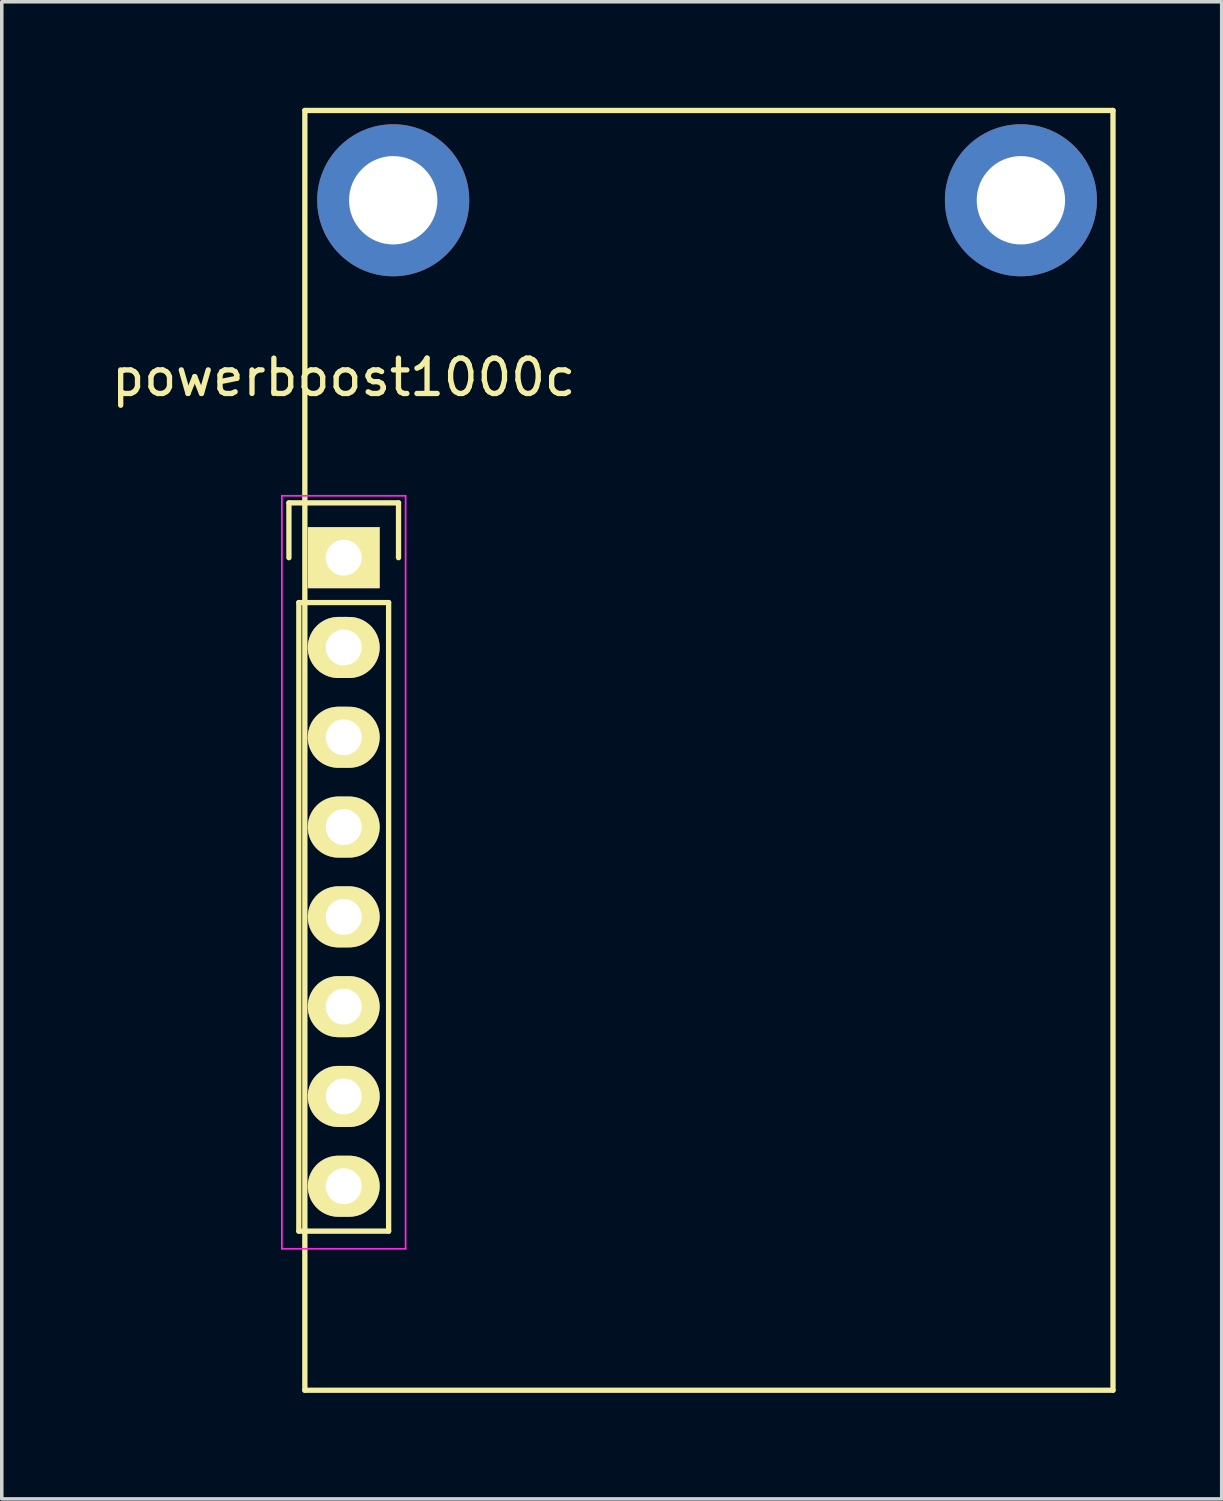
<source format=kicad_pcb>
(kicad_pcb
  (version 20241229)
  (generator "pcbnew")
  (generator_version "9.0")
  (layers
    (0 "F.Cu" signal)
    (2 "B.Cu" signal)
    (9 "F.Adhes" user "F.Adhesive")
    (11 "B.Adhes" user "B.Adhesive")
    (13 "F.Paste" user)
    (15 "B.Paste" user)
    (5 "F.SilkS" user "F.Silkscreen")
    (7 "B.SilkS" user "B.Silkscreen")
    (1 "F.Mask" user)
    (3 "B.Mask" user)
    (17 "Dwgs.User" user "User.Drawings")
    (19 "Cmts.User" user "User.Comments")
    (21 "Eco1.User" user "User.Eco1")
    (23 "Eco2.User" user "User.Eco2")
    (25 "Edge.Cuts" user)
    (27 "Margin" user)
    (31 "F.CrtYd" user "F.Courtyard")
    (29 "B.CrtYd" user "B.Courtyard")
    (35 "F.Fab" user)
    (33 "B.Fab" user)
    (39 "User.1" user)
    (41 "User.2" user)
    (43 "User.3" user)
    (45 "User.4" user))
  (footprint "powerboost1000c"
    (layer "F.Cu")
    (at 6.673 12.725)
    (property "Reference" "powerboost1000c" (at 0 -5.1 0) (layer "F.SilkS") (effects (font (size 1 1) (thickness 0.15))))
    (attr through_hole)
    (fp_line (start -1.55 -1.55) (end 1.55 -1.55) (stroke (width 0.15) (type solid)) (layer "F.SilkS"))
    (fp_line (start -1.55 0) (end -1.55 -1.55) (stroke (width 0.15) (type solid)) (layer "F.SilkS"))
    (fp_line (start -1.27 19.05) (end -1.27 1.27) (stroke (width 0.15) (type solid)) (layer "F.SilkS"))
    (fp_line (start -1.1 -12.65) (end 21.76 -12.65) (stroke (width 0.15) (type solid)) (layer "F.SilkS"))
    (fp_line (start -1.1 23.55) (end -1.1 -12.65) (stroke (width 0.15) (type solid)) (layer "F.SilkS"))
    (fp_line (start 1.27 1.27) (end -1.27 1.27) (stroke (width 0.15) (type solid)) (layer "F.SilkS"))
    (fp_line (start 1.27 1.27) (end 1.27 19.05) (stroke (width 0.15) (type solid)) (layer "F.SilkS"))
    (fp_line (start 1.27 19.05) (end -1.27 19.05) (stroke (width 0.15) (type solid)) (layer "F.SilkS"))
    (fp_line (start 1.55 -1.55) (end 1.55 0) (stroke (width 0.15) (type solid)) (layer "F.SilkS"))
    (fp_line (start 21.76 -12.65) (end 21.76 23.55) (stroke (width 0.15) (type solid)) (layer "F.SilkS"))
    (fp_line (start 21.76 23.55) (end -1.1 23.55) (stroke (width 0.15) (type solid)) (layer "F.SilkS"))
    (fp_line (start -1.75 -1.75) (end -1.75 19.55) (stroke (width 0.05) (type solid)) (layer "F.CrtYd"))
    (fp_line (start -1.75 -1.75) (end 1.75 -1.75) (stroke (width 0.05) (type solid)) (layer "F.CrtYd"))
    (fp_line (start -1.75 19.55) (end 1.75 19.55) (stroke (width 0.05) (type solid)) (layer "F.CrtYd"))
    (fp_line (start 1.75 -1.75) (end 1.75 19.55) (stroke (width 0.05) (type solid)) (layer "F.CrtYd"))
    (pad "" np_thru_hole circle (at 1.4 -10.11) (size 4.3 4.3) (drill 2.5) (layers "*.Cu" "*.Mask"))
    (pad "" np_thru_hole circle (at 19.155 -10.11) (size 4.3 4.3) (drill 2.5) (layers "*.Cu" "*.Mask"))
    (pad "1" thru_hole rect (at 0 0) (size 2.032 1.727) (drill 1.016) (layers "*.Cu" "*.Mask" "F.SilkS"))
    (pad "2" thru_hole oval (at 0 2.54) (size 2.032 1.727) (drill 1.016) (layers "*.Cu" "*.Mask" "F.SilkS"))
    (pad "3" thru_hole oval (at 0 5.08) (size 2.032 1.727) (drill 1.016) (layers "*.Cu" "*.Mask" "F.SilkS"))
    (pad "4" thru_hole oval (at 0 7.62) (size 2.032 1.727) (drill 1.016) (layers "*.Cu" "*.Mask" "F.SilkS"))
    (pad "5" thru_hole oval (at 0 10.16) (size 2.032 1.727) (drill 1.016) (layers "*.Cu" "*.Mask" "F.SilkS"))
    (pad "6" thru_hole oval (at 0 12.7) (size 2.032 1.727) (drill 1.016) (layers "*.Cu" "*.Mask" "F.SilkS"))
    (pad "7" thru_hole oval (at 0 15.24) (size 2.032 1.727) (drill 1.016) (layers "*.Cu" "*.Mask" "F.SilkS"))
    (pad "8" thru_hole oval (at 0 17.78) (size 2.032 1.727) (drill 1.016) (layers "*.Cu" "*.Mask" "F.SilkS")))
  (gr_rect
    (start -3 -3)
    (end 31.508 39.35)
    (stroke (width 0.1) (type default))
    (fill no)
    (layer "Edge.Cuts")))
</source>
